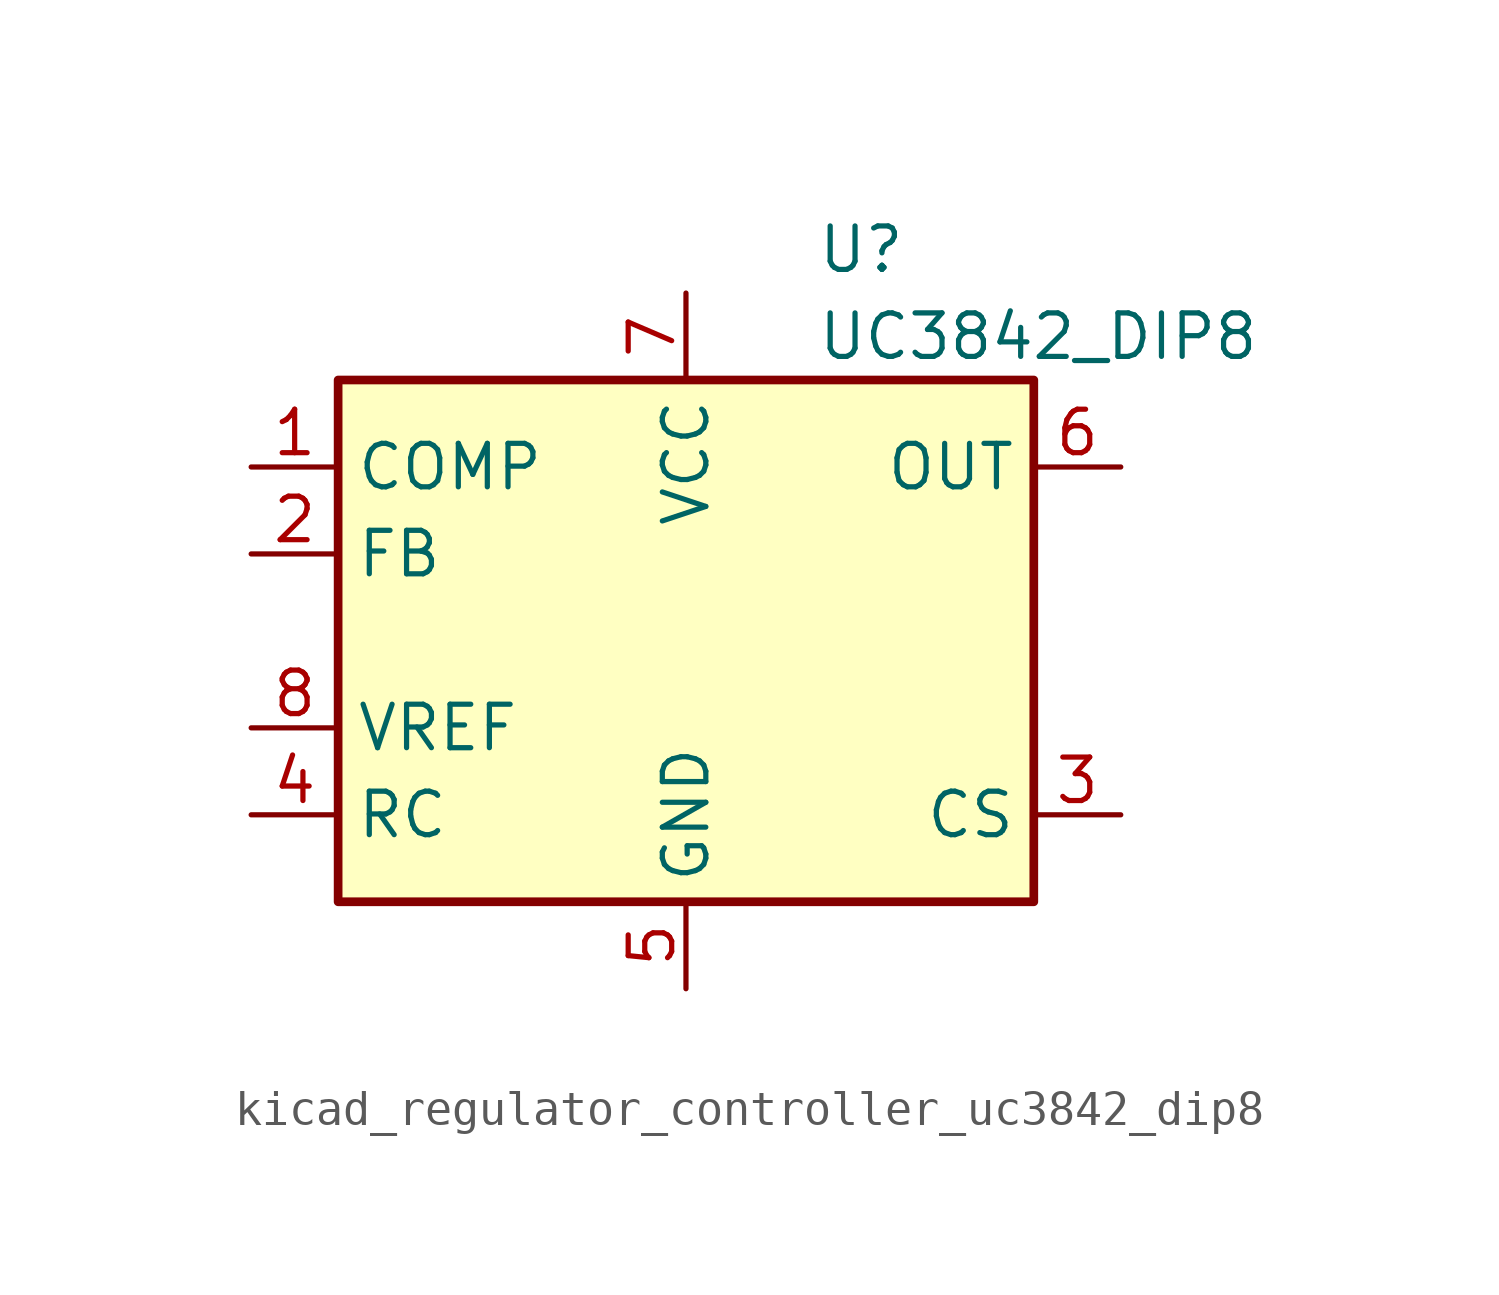
<source format=kicad_sym>
(kicad_symbol_lib
  (version 20220914)
  (generator kicad_symbol_editor)
  (symbol "kicad_regulator_controller_uc3842_dip8"
    (property "Reference" "U"
      (at 3.81 11.43 0)
      (effects (font (size 1.27 1.27)) (justify left)))
    (property "Value" "UC3842_DIP8"
      (at 3.81 8.89 0)
      (effects (font (size 1.27 1.27)) (justify left)))
    (symbol "kicad_regulator_controller_uc3842_dip8_0_1"
      (rectangle (start -10.16 -7.62) (end 10.16 7.62) (stroke (width 0.254) (type default)) (fill (type background))))
    (symbol "kicad_regulator_controller_uc3842_dip8_1_1"
      (pin passive line (at -12.7 5.08 0) (length 2.54) (name "COMP" (effects (font (size 1.27 1.27)))) (number "1" (effects (font (size 1.27 1.27)))))
      (pin input line (at -12.7 2.54 0) (length 2.54) (name "FB" (effects (font (size 1.27 1.27)))) (number "2" (effects (font (size 1.27 1.27)))))
      (pin input line (at 12.7 -5.08 180) (length 2.54) (name "CS" (effects (font (size 1.27 1.27)))) (number "3" (effects (font (size 1.27 1.27)))))
      (pin passive line (at -12.7 -5.08 0) (length 2.54) (name "RC" (effects (font (size 1.27 1.27)))) (number "4" (effects (font (size 1.27 1.27)))))
      (pin power_in line (at 0 -10.16 90) (length 2.54) (name "GND" (effects (font (size 1.27 1.27)))) (number "5" (effects (font (size 1.27 1.27)))))
      (pin output line (at 12.7 5.08 180) (length 2.54) (name "OUT" (effects (font (size 1.27 1.27)))) (number "6" (effects (font (size 1.27 1.27)))))
      (pin power_in line (at 0 10.16 270) (length 2.54) (name "VCC" (effects (font (size 1.27 1.27)))) (number "7" (effects (font (size 1.27 1.27)))))
      (pin power_out line (at -12.7 -2.54 0) (length 2.54) (name "VREF" (effects (font (size 1.27 1.27)))) (number "8" (effects (font (size 1.27 1.27))))))))
</source>
